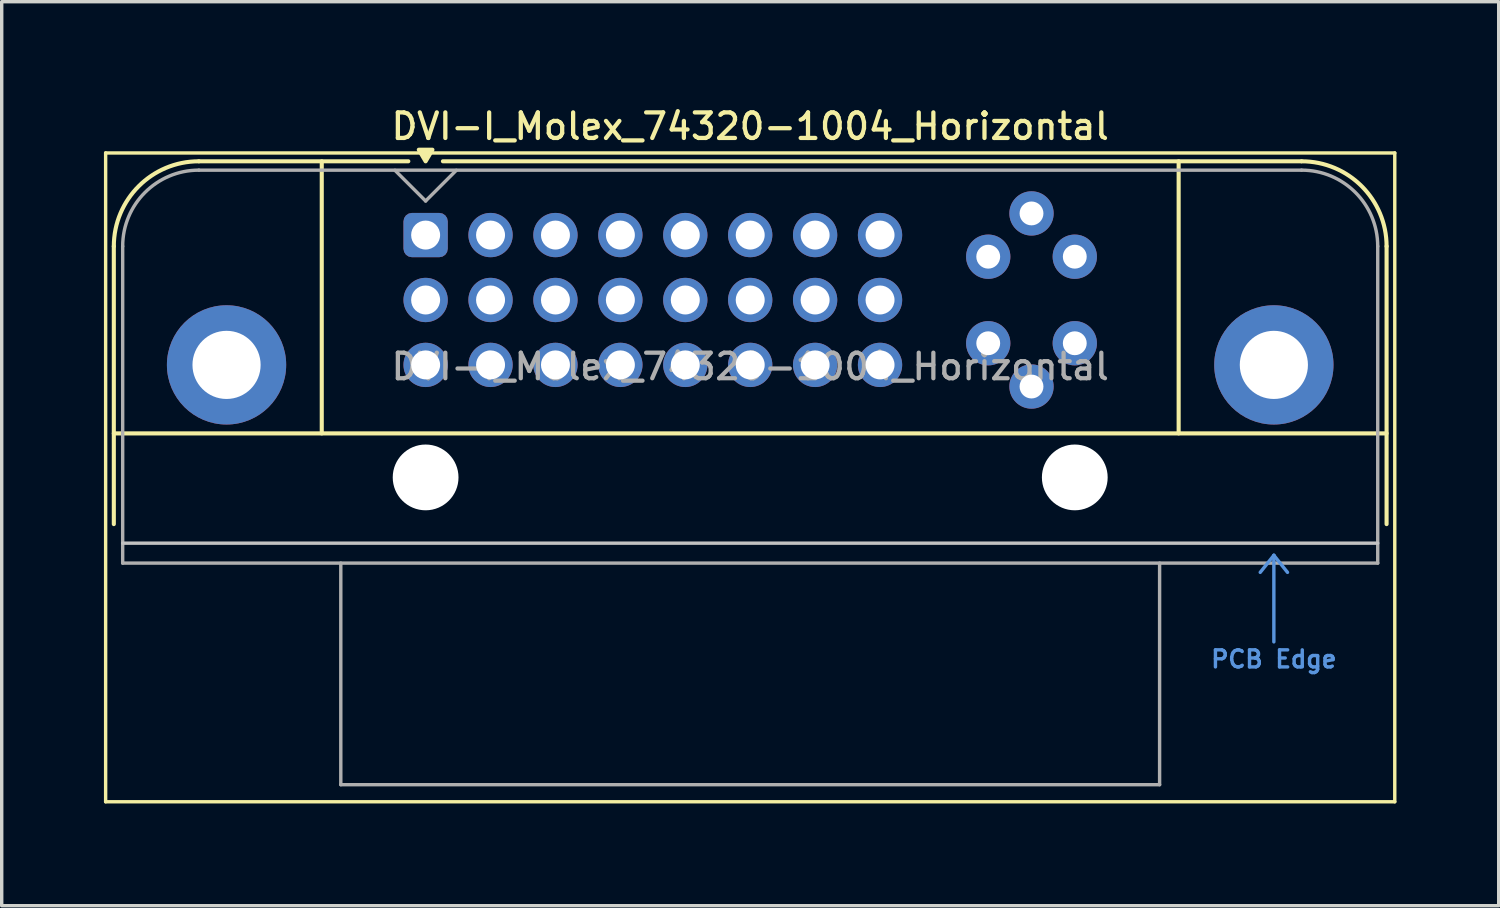
<source format=kicad_pcb>
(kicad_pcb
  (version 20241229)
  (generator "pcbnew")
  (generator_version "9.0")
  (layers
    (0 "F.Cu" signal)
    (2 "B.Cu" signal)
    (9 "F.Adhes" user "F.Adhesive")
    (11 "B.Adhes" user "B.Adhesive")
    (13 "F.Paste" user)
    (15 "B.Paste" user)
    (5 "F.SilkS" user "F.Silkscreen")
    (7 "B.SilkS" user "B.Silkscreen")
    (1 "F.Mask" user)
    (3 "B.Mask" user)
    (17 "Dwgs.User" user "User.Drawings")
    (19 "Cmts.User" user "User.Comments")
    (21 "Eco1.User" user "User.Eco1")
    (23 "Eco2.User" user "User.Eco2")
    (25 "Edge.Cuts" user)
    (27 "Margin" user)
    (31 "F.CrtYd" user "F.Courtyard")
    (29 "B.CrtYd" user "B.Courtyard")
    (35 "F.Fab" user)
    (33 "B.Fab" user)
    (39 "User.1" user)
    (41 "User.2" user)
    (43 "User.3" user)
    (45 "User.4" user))
  (footprint "DVI-I_Molex_74320-1004_Horizontal"
    (layer "F.Cu")
    (at 9.44 3.848)
    (property "Reference" "DVI-I_Molex_74320-1004_Horizontal" (at 9.525 -3.19 0) (layer "F.SilkS") (effects (font (size 0.75 0.75) (thickness 0.125))))
    (attr through_hole)
    (fp_line (start -9.39 -2.41) (end 28.44 -2.41) (stroke (width 0.1) (type solid)) (layer "F.SilkS"))
    (fp_line (start -9.39 16.63) (end -9.39 -2.41) (stroke (width 0.1) (type solid)) (layer "F.SilkS"))
    (fp_line (start -9.15 0.33) (end -9.15 8.482) (stroke (width 0.12) (type solid)) (layer "F.SilkS"))
    (fp_line (start -9.15 5.82) (end 28.2 5.82) (stroke (width 0.12) (type default)) (layer "F.SilkS"))
    (fp_line (start -6.655 -2.165) (end -0.508 -2.165) (stroke (width 0.12) (type solid)) (layer "F.SilkS"))
    (fp_line (start -3.048 -2.165) (end -3.048 5.82) (stroke (width 0.12) (type solid)) (layer "F.SilkS"))
    (fp_line (start 0.508 -2.165) (end 25.705 -2.165) (stroke (width 0.12) (type solid)) (layer "F.SilkS"))
    (fp_line (start 22.098 -2.165) (end 22.098 5.82) (stroke (width 0.12) (type solid)) (layer "F.SilkS"))
    (fp_line (start 28.2 0.33) (end 28.2 8.482) (stroke (width 0.12) (type solid)) (layer "F.SilkS"))
    (fp_line (start 28.44 -2.41) (end 28.44 16.63) (stroke (width 0.1) (type solid)) (layer "F.SilkS"))
    (fp_line (start 28.44 16.63) (end -9.39 16.63) (stroke (width 0.1) (type solid)) (layer "F.SilkS"))
    (fp_arc (start -9.15 0.3302) (mid -8.419173 -1.434173) (end -6.6548 -2.165) (stroke (width 0.12) (type solid)) (layer "F.SilkS"))
    (fp_arc (start 25.7048 -2.165) (mid 27.469173 -1.434173) (end 28.2 0.3302) (stroke (width 0.12) (type solid)) (layer "F.SilkS"))
    (fp_poly (pts (xy 0 -2.164) (xy -0.2 -2.504) (xy 0.2 -2.504) (xy 0 -2.164)) (stroke (width 0.12) (type solid)) (fill yes) (layer "F.SilkS"))
    (fp_line (start -8.89 9.042) (end 27.94 9.042) (stroke (width 0.1) (type default)) (layer "Dwgs.User"))
    (fp_line (start 24.492 9.898) (end 24.892 9.398) (stroke (width 0.1) (type default)) (layer "Cmts.User"))
    (fp_line (start 24.892 9.398) (end 24.892 11.938) (stroke (width 0.1) (type default)) (layer "Cmts.User"))
    (fp_line (start 24.892 9.398) (end 25.292 9.898) (stroke (width 0.1) (type default)) (layer "Cmts.User"))
    (fp_line (start -8.89 0.33) (end -8.89 9.627) (stroke (width 0.1) (type solid)) (layer "F.Fab"))
    (fp_line (start -8.89 9.627) (end 27.94 9.627) (stroke (width 0.1) (type solid)) (layer "F.Fab"))
    (fp_line (start -6.655 -1.905) (end 25.705 -1.905) (stroke (width 0.1) (type default)) (layer "F.Fab"))
    (fp_line (start -2.489 16.129) (end -2.489 9.627) (stroke (width 0.1) (type solid)) (layer "F.Fab"))
    (fp_line (start -2.489 16.129) (end 21.539 16.129) (stroke (width 0.1) (type solid)) (layer "F.Fab"))
    (fp_line (start 0 -1) (end -0.9 -1.9) (stroke (width 0.1) (type default)) (layer "F.Fab"))
    (fp_line (start 0.9 -1.9) (end 0 -1) (stroke (width 0.1) (type default)) (layer "F.Fab"))
    (fp_line (start 21.539 16.129) (end 21.539 9.627) (stroke (width 0.1) (type solid)) (layer "F.Fab"))
    (fp_line (start 27.94 9.627) (end 27.94 0.33) (stroke (width 0.1) (type solid)) (layer "F.Fab"))
    (fp_arc (start -8.89 0.3302) (mid -8.235325 -1.250325) (end -6.6548 -1.905) (stroke (width 0.1) (type default)) (layer "F.Fab"))
    (fp_arc (start 25.7048 -1.905) (mid 27.285325 -1.250325) (end 27.94 0.3302) (stroke (width 0.1) (type default)) (layer "F.Fab"))
    (fp_text user "PCB Edge" (at 24.892 12.446 0) (unlocked yes) (layer "Cmts.User") (effects (font (size 0.5 0.5) (thickness 0.1) (bold yes))))
    (fp_text user "${REFERENCE}" (at 9.525 3.861 0) (layer "F.Fab") (effects (font (size 0.75 0.75) (thickness 0.125))))
    (pad "" np_thru_hole circle (at 0 7.112) (size 1.93 1.93) (drill 1.93) (layers "*.Cu" "*.Mask"))
    (pad "" np_thru_hole circle (at 19.05 7.112) (size 1.93 1.93) (drill 1.93) (layers "*.Cu" "*.Mask"))
    (pad "1" thru_hole roundrect (at 0 0) (size 1.3 1.3) (drill 0.85) (layers "*.Cu" "*.Mask") (roundrect_rratio 0.192))
    (pad "2" thru_hole circle (at 1.905 0) (size 1.3 1.3) (drill 0.85) (layers "*.Cu" "*.Mask"))
    (pad "3" thru_hole circle (at 3.81 0) (size 1.3 1.3) (drill 0.85) (layers "*.Cu" "*.Mask"))
    (pad "4" thru_hole circle (at 5.715 0) (size 1.3 1.3) (drill 0.85) (layers "*.Cu" "*.Mask"))
    (pad "5" thru_hole circle (at 7.62 0) (size 1.3 1.3) (drill 0.85) (layers "*.Cu" "*.Mask"))
    (pad "6" thru_hole circle (at 9.525 0) (size 1.3 1.3) (drill 0.85) (layers "*.Cu" "*.Mask"))
    (pad "7" thru_hole circle (at 11.43 0) (size 1.3 1.3) (drill 0.85) (layers "*.Cu" "*.Mask"))
    (pad "8" thru_hole circle (at 13.335 0) (size 1.3 1.3) (drill 0.85) (layers "*.Cu" "*.Mask"))
    (pad "9" thru_hole circle (at 0 1.905) (size 1.3 1.3) (drill 0.85) (layers "*.Cu" "*.Mask"))
    (pad "10" thru_hole circle (at 1.905 1.905) (size 1.3 1.3) (drill 0.85) (layers "*.Cu" "*.Mask"))
    (pad "11" thru_hole circle (at 3.81 1.905) (size 1.3 1.3) (drill 0.85) (layers "*.Cu" "*.Mask"))
    (pad "12" thru_hole circle (at 5.715 1.905) (size 1.3 1.3) (drill 0.85) (layers "*.Cu" "*.Mask"))
    (pad "13" thru_hole circle (at 7.62 1.905) (size 1.3 1.3) (drill 0.85) (layers "*.Cu" "*.Mask"))
    (pad "14" thru_hole circle (at 9.525 1.905) (size 1.3 1.3) (drill 0.85) (layers "*.Cu" "*.Mask"))
    (pad "15" thru_hole circle (at 11.43 1.905) (size 1.3 1.3) (drill 0.85) (layers "*.Cu" "*.Mask"))
    (pad "16" thru_hole circle (at 13.335 1.905) (size 1.3 1.3) (drill 0.85) (layers "*.Cu" "*.Mask"))
    (pad "17" thru_hole circle (at 0 3.81) (size 1.3 1.3) (drill 0.85) (layers "*.Cu" "*.Mask"))
    (pad "18" thru_hole circle (at 1.905 3.81) (size 1.3 1.3) (drill 0.85) (layers "*.Cu" "*.Mask"))
    (pad "19" thru_hole circle (at 3.81 3.81) (size 1.3 1.3) (drill 0.85) (layers "*.Cu" "*.Mask"))
    (pad "20" thru_hole circle (at 5.715 3.81) (size 1.3 1.3) (drill 0.85) (layers "*.Cu" "*.Mask"))
    (pad "21" thru_hole circle (at 7.62 3.81) (size 1.3 1.3) (drill 0.85) (layers "*.Cu" "*.Mask"))
    (pad "22" thru_hole circle (at 9.525 3.81) (size 1.3 1.3) (drill 0.85) (layers "*.Cu" "*.Mask"))
    (pad "23" thru_hole circle (at 11.43 3.81) (size 1.3 1.3) (drill 0.85) (layers "*.Cu" "*.Mask"))
    (pad "24" thru_hole circle (at 13.335 3.81) (size 1.3 1.3) (drill 0.85) (layers "*.Cu" "*.Mask"))
    (pad "C1" thru_hole circle (at 16.51 0.635) (size 1.3 1.3) (drill 0.7) (layers "*.Cu" "*.Mask"))
    (pad "C2" thru_hole circle (at 19.05 0.635) (size 1.3 1.3) (drill 0.7) (layers "*.Cu" "*.Mask"))
    (pad "C3" thru_hole circle (at 16.51 3.175) (size 1.3 1.3) (drill 0.7) (layers "*.Cu" "*.Mask"))
    (pad "C4" thru_hole circle (at 19.05 3.175) (size 1.3 1.3) (drill 0.7) (layers "*.Cu" "*.Mask"))
    (pad "C5" thru_hole circle (at 17.78 -0.635) (size 1.3 1.3) (drill 0.7) (layers "*.Cu" "*.Mask"))
    (pad "C5" thru_hole circle (at 17.78 4.445) (size 1.3 1.3) (drill 0.7) (layers "*.Cu" "*.Mask"))
    (pad "SH" thru_hole circle (at -5.842 3.81) (size 3.5 3.5) (drill 2) (layers "*.Cu" "*.Mask"))
    (pad "SH" thru_hole circle (at 24.892 3.81) (size 3.5 3.5) (drill 2) (layers "*.Cu" "*.Mask")))
  (gr_rect
    (start -3 -3)
    (end 40.93 23.528)
    (stroke (width 0.1) (type default))
    (fill no)
    (layer "Edge.Cuts")))
</source>
